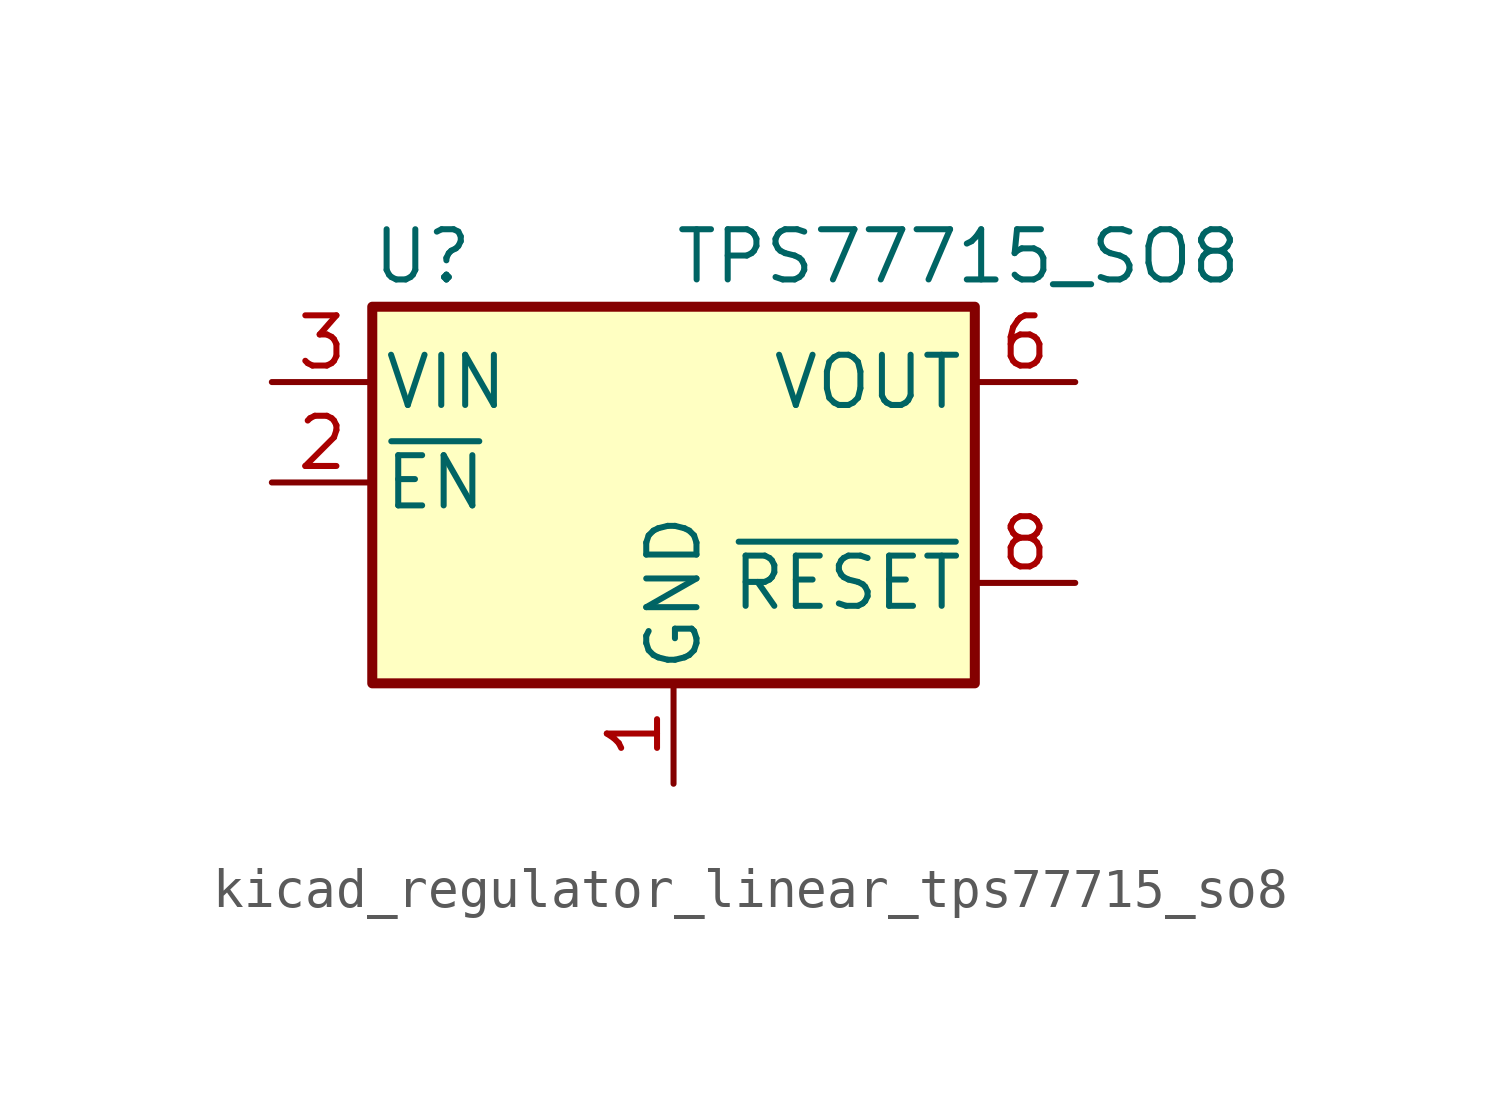
<source format=kicad_sym>
(kicad_symbol_lib
  (version 20220914)
  (generator kicad_symbol_editor)
  (symbol "kicad_regulator_linear_tps77715_so8"
    (pin_names
      (offset 0.254))
    (property "Reference" "U"
      (at -6.35 5.715 0)
      (effects (font (size 1.27 1.27))))
    (property "Value" "TPS77715_SO8"
      (at 0 5.715 0)
      (effects (font (size 1.27 1.27)) (justify left)))
    (symbol "kicad_regulator_linear_tps77715_so8_0_1"
      (rectangle (start -7.62 4.445) (end 7.62 -5.08) (stroke (width 0.254) (type default)) (fill (type background))))
    (symbol "kicad_regulator_linear_tps77715_so8_1_1"
      (pin power_in line (at 0 -7.62 90) (length 2.54) (name "GND" (effects (font (size 1.27 1.27)))) (number "1" (effects (font (size 1.27 1.27)))))
      (pin input line (at -10.16 0 0) (length 2.54) (name "~{EN}" (effects (font (size 1.27 1.27)))) (number "2" (effects (font (size 1.27 1.27)))))
      (pin power_in line (at -10.16 2.54 0) (length 2.54) (name "VIN" (effects (font (size 1.27 1.27)))) (number "3" (effects (font (size 1.27 1.27)))))
      (pin passive line (at -10.16 2.54 0) (length 2.54) hide (name "VIN" (effects (font (size 1.27 1.27)))) (number "4" (effects (font (size 1.27 1.27)))))
      (pin passive line (at 10.16 2.54 180) (length 2.54) hide (name "VOUT" (effects (font (size 1.27 1.27)))) (number "5" (effects (font (size 1.27 1.27)))))
      (pin power_out line (at 10.16 2.54 180) (length 2.54) (name "VOUT" (effects (font (size 1.27 1.27)))) (number "6" (effects (font (size 1.27 1.27)))))
      (pin no_connect line (at 7.62 0 180) (length 2.54) hide (name "NC" (effects (font (size 1.27 1.27)))) (number "7" (effects (font (size 1.27 1.27)))))
      (pin open_collector line (at 10.16 -2.54 180) (length 2.54) (name "~{RESET}" (effects (font (size 1.27 1.27)))) (number "8" (effects (font (size 1.27 1.27))))))))
</source>
